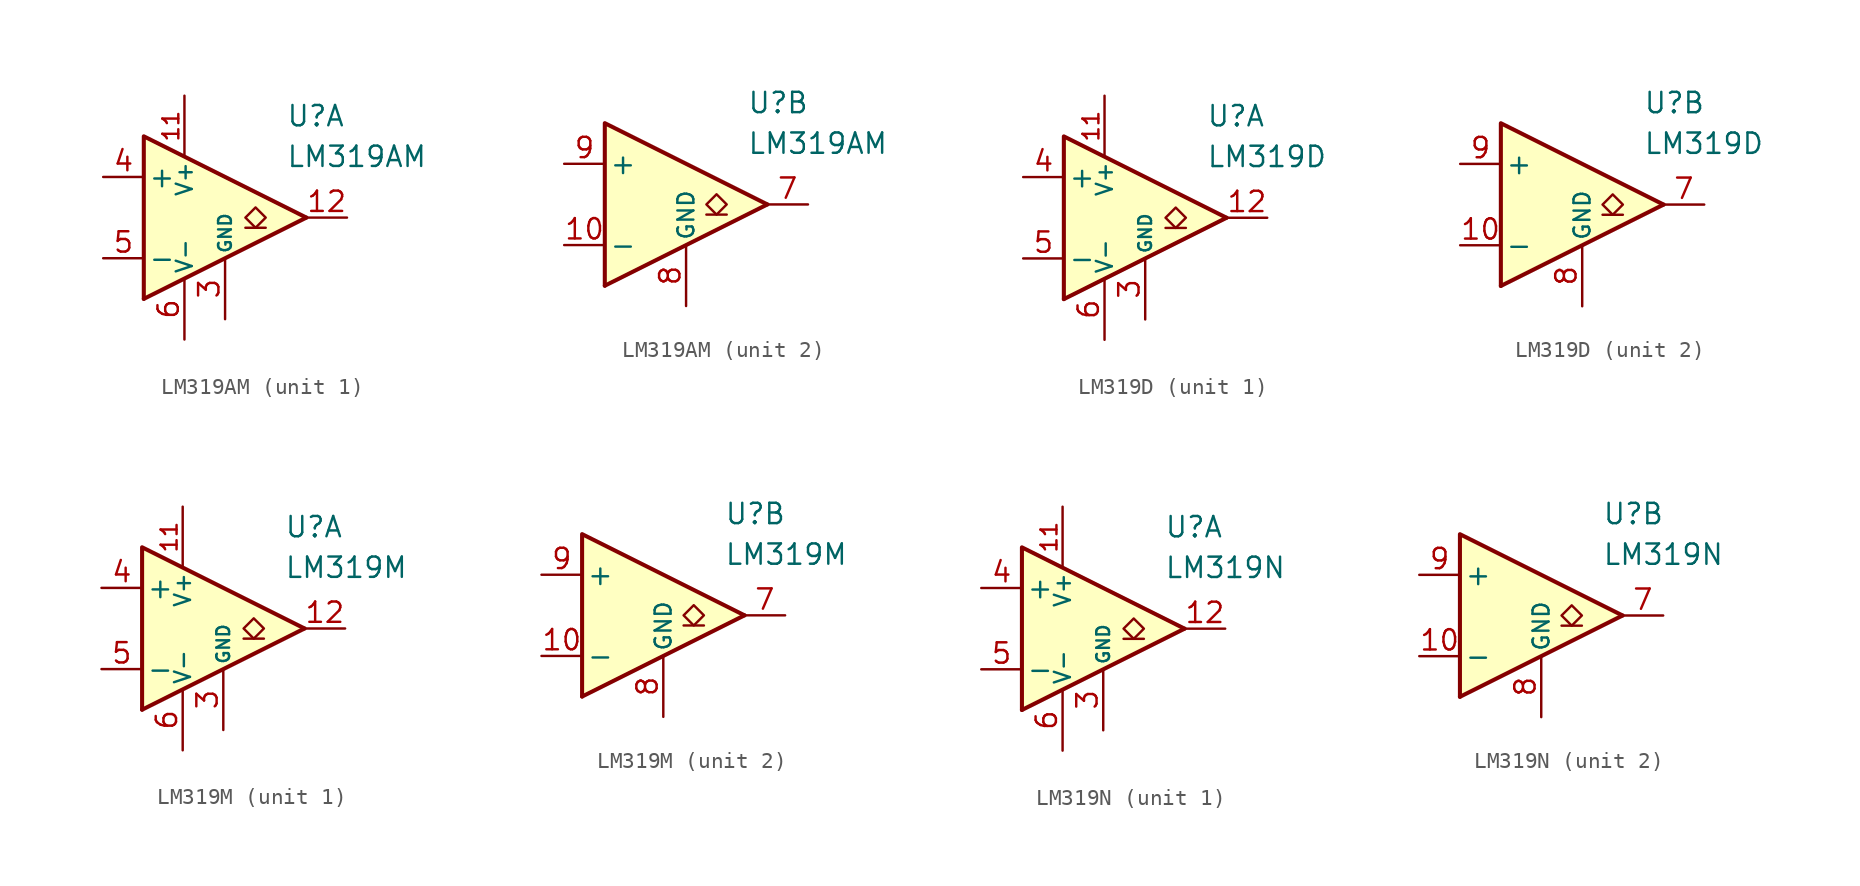
<source format=kicad_sym>
(kicad_symbol_lib
  (version 20211014)
  (generator kicad_symbol_editor)
  (symbol "LM319AM"
    (pin_names
      (offset 0.254))
    (property "Reference" "U"
      (at 6.35 6.35 0)
      (effects (font (size 1.27 1.27)) (justify left)))
    (property "Value" "LM319AM"
      (at 6.35 3.81 0)
      (effects (font (size 1.27 1.27)) (justify left)))
    (property "ki_locked" ""
      (at 0 0 0)
      (effects (font (size 1.27 1.27))))
    (symbol "LM319AM_0_0"
      (polyline (pts (xy 7.62 0) (xy -2.54 -5.08)) (stroke (width 0.254) (type default) (color 0 0 0 0)) (fill (type none)))
      (polyline (pts (xy 7.62 0) (xy -2.54 5.08) (xy -2.54 -5.08)) (stroke (width 0.254) (type default) (color 0 0 0 0)) (fill (type background))))
    (symbol "LM319AM_1_1"
      (polyline (pts (xy 5.08 -0.635) (xy 3.81 -0.635)) (stroke (width 0.152) (type default) (color 0 0 0 0)) (fill (type none)))
      (polyline (pts (xy 4.445 -0.635) (xy 3.81 0) (xy 4.445 0.635) (xy 5.08 0) (xy 4.445 -0.635)) (stroke (width 0.152) (type default) (color 0 0 0 0)) (fill (type none)))
      (pin no_connect line (at 1.27 -2.54 90) (length 2.54) hide (name "NC" (effects (font (size 1.27 1.27)))) (number "1" (effects (font (size 1.27 1.27)))))
      (pin power_in line (at 0 7.62 270) (length 3.81) (name "V+" (effects (font (size 1 1)))) (number "11" (effects (font (size 1 1)))))
      (pin open_collector line (at 10.16 0 180) (length 2.54) (name "~" (effects (font (size 1.27 1.27)))) (number "12" (effects (font (size 1.27 1.27)))))
      (pin no_connect line (at 1.27 2.54 270) (length 2.54) hide (name "NC" (effects (font (size 1.27 1.27)))) (number "2" (effects (font (size 1.27 1.27)))))
      (pin power_in line (at 2.54 -6.35 90) (length 3.81) (name "GND" (effects (font (size 0.8 0.8)))) (number "3" (effects (font (size 1.27 1.27)))))
      (pin input line (at -5.08 2.54 0) (length 2.54) (name "+" (effects (font (size 1.27 1.27)))) (number "4" (effects (font (size 1.27 1.27)))))
      (pin input line (at -5.08 -2.54 0) (length 2.54) (name "-" (effects (font (size 1.27 1.27)))) (number "5" (effects (font (size 1.27 1.27)))))
      (pin power_in line (at 0 -7.62 90) (length 3.81) (name "V-" (effects (font (size 1 1)))) (number "6" (effects (font (size 1.27 1.27))))))
    (symbol "LM319AM_2_1"
      (polyline (pts (xy 5.08 -0.635) (xy 3.81 -0.635)) (stroke (width 0.152) (type default) (color 0 0 0 0)) (fill (type none)))
      (polyline (pts (xy 4.445 -0.635) (xy 3.81 0) (xy 4.445 0.635) (xy 5.08 0) (xy 4.445 -0.635)) (stroke (width 0.152) (type default) (color 0 0 0 0)) (fill (type none)))
      (pin input line (at -5.08 -2.54 0) (length 2.54) (name "-" (effects (font (size 1.27 1.27)))) (number "10" (effects (font (size 1.27 1.27)))))
      (pin no_connect line (at 0 -2.54 90) (length 2.54) hide (name "NC" (effects (font (size 1.27 1.27)))) (number "13" (effects (font (size 1.27 1.27)))))
      (pin no_connect line (at 0 2.54 270) (length 2.54) hide (name "NC" (effects (font (size 1.27 1.27)))) (number "14" (effects (font (size 1.27 1.27)))))
      (pin open_collector line (at 10.16 0 180) (length 2.54) (name "~" (effects (font (size 1.27 1.27)))) (number "7" (effects (font (size 1.27 1.27)))))
      (pin power_in line (at 2.54 -6.35 90) (length 3.81) (name "GND" (effects (font (size 1 1)))) (number "8" (effects (font (size 1.27 1.27)))))
      (pin input line (at -5.08 2.54 0) (length 2.54) (name "+" (effects (font (size 1.27 1.27)))) (number "9" (effects (font (size 1.27 1.27)))))))
  (symbol "LM319D"
    (pin_names
      (offset 0.254))
    (property "Reference" "U"
      (at 6.35 6.35 0)
      (effects (font (size 1.27 1.27)) (justify left)))
    (property "Value" "LM319D"
      (at 6.35 3.81 0)
      (effects (font (size 1.27 1.27)) (justify left)))
    (property "ki_locked" ""
      (at 0 0 0)
      (effects (font (size 1.27 1.27))))
    (symbol "LM319D_0_0"
      (polyline (pts (xy 7.62 0) (xy -2.54 -5.08)) (stroke (width 0.254) (type default) (color 0 0 0 0)) (fill (type none)))
      (polyline (pts (xy 7.62 0) (xy -2.54 5.08) (xy -2.54 -5.08)) (stroke (width 0.254) (type default) (color 0 0 0 0)) (fill (type background))))
    (symbol "LM319D_1_1"
      (polyline (pts (xy 5.08 -0.635) (xy 3.81 -0.635)) (stroke (width 0.152) (type default) (color 0 0 0 0)) (fill (type none)))
      (polyline (pts (xy 4.445 -0.635) (xy 3.81 0) (xy 4.445 0.635) (xy 5.08 0) (xy 4.445 -0.635)) (stroke (width 0.152) (type default) (color 0 0 0 0)) (fill (type none)))
      (pin open_emitter line (at 1.27 2.54 270) (length 2.54) hide (name "NC" (effects (font (size 1.27 1.27)))) (number "1" (effects (font (size 1.27 1.27)))))
      (pin power_in line (at 0 7.62 270) (length 3.81) (name "V+" (effects (font (size 1 1)))) (number "11" (effects (font (size 1 1)))))
      (pin open_collector line (at 10.16 0 180) (length 2.54) (name "~" (effects (font (size 1.27 1.27)))) (number "12" (effects (font (size 1.27 1.27)))))
      (pin no_connect line (at 1.27 -2.54 90) (length 2.54) hide (name "NC" (effects (font (size 1.27 1.27)))) (number "2" (effects (font (size 1.27 1.27)))))
      (pin power_in line (at 2.54 -6.35 90) (length 3.81) (name "GND" (effects (font (size 0.8 0.8)))) (number "3" (effects (font (size 1.27 1.27)))))
      (pin input line (at -5.08 2.54 0) (length 2.54) (name "+" (effects (font (size 1.27 1.27)))) (number "4" (effects (font (size 1.27 1.27)))))
      (pin input line (at -5.08 -2.54 0) (length 2.54) (name "-" (effects (font (size 1.27 1.27)))) (number "5" (effects (font (size 1.27 1.27)))))
      (pin power_in line (at 0 -7.62 90) (length 3.81) (name "V-" (effects (font (size 1 1)))) (number "6" (effects (font (size 1.27 1.27))))))
    (symbol "LM319D_2_1"
      (polyline (pts (xy 5.08 -0.635) (xy 3.81 -0.635)) (stroke (width 0.152) (type default) (color 0 0 0 0)) (fill (type none)))
      (polyline (pts (xy 4.445 -0.635) (xy 3.81 0) (xy 4.445 0.635) (xy 5.08 0) (xy 4.445 -0.635)) (stroke (width 0.152) (type default) (color 0 0 0 0)) (fill (type none)))
      (pin input line (at -5.08 -2.54 0) (length 2.54) (name "-" (effects (font (size 1.27 1.27)))) (number "10" (effects (font (size 1.27 1.27)))))
      (pin no_connect line (at 1.27 -2.54 90) (length 2.54) hide (name "NC" (effects (font (size 1.27 1.27)))) (number "13" (effects (font (size 1.27 1.27)))))
      (pin no_connect line (at 1.27 2.54 270) (length 2.54) hide (name "NC" (effects (font (size 1.27 1.27)))) (number "14" (effects (font (size 1.27 1.27)))))
      (pin open_collector line (at 10.16 0 180) (length 2.54) (name "~" (effects (font (size 1.27 1.27)))) (number "7" (effects (font (size 1.27 1.27)))))
      (pin power_in line (at 2.54 -6.35 90) (length 3.81) (name "GND" (effects (font (size 1 1)))) (number "8" (effects (font (size 1.27 1.27)))))
      (pin input line (at -5.08 2.54 0) (length 2.54) (name "+" (effects (font (size 1.27 1.27)))) (number "9" (effects (font (size 1.27 1.27)))))))
  (symbol "LM319M"
    (pin_names
      (offset 0.254))
    (property "Reference" "U"
      (at 6.35 6.35 0)
      (effects (font (size 1.27 1.27)) (justify left)))
    (property "Value" "LM319M"
      (at 6.35 3.81 0)
      (effects (font (size 1.27 1.27)) (justify left)))
    (property "ki_locked" ""
      (at 0 0 0)
      (effects (font (size 1.27 1.27))))
    (symbol "LM319M_0_0"
      (polyline (pts (xy 7.62 0) (xy -2.54 -5.08)) (stroke (width 0.254) (type default) (color 0 0 0 0)) (fill (type none)))
      (polyline (pts (xy 7.62 0) (xy -2.54 5.08) (xy -2.54 -5.08)) (stroke (width 0.254) (type default) (color 0 0 0 0)) (fill (type background))))
    (symbol "LM319M_1_1"
      (polyline (pts (xy 5.08 -0.635) (xy 3.81 -0.635)) (stroke (width 0.152) (type default) (color 0 0 0 0)) (fill (type none)))
      (polyline (pts (xy 4.445 -0.635) (xy 3.81 0) (xy 4.445 0.635) (xy 5.08 0) (xy 4.445 -0.635)) (stroke (width 0.152) (type default) (color 0 0 0 0)) (fill (type none)))
      (pin no_connect line (at 1.27 -2.54 90) (length 2.54) hide (name "NC" (effects (font (size 1.27 1.27)))) (number "1" (effects (font (size 1.27 1.27)))))
      (pin power_in line (at 0 7.62 270) (length 3.81) (name "V+" (effects (font (size 1 1)))) (number "11" (effects (font (size 1 1)))))
      (pin open_collector line (at 10.16 0 180) (length 2.54) (name "~" (effects (font (size 1.27 1.27)))) (number "12" (effects (font (size 1.27 1.27)))))
      (pin no_connect line (at 1.27 2.54 270) (length 2.54) hide (name "NC" (effects (font (size 1.27 1.27)))) (number "2" (effects (font (size 1.27 1.27)))))
      (pin power_in line (at 2.54 -6.35 90) (length 3.81) (name "GND" (effects (font (size 0.8 0.8)))) (number "3" (effects (font (size 1.27 1.27)))))
      (pin input line (at -5.08 2.54 0) (length 2.54) (name "+" (effects (font (size 1.27 1.27)))) (number "4" (effects (font (size 1.27 1.27)))))
      (pin input line (at -5.08 -2.54 0) (length 2.54) (name "-" (effects (font (size 1.27 1.27)))) (number "5" (effects (font (size 1.27 1.27)))))
      (pin power_in line (at 0 -7.62 90) (length 3.81) (name "V-" (effects (font (size 1 1)))) (number "6" (effects (font (size 1.27 1.27))))))
    (symbol "LM319M_2_1"
      (polyline (pts (xy 5.08 -0.635) (xy 3.81 -0.635)) (stroke (width 0.152) (type default) (color 0 0 0 0)) (fill (type none)))
      (polyline (pts (xy 4.445 -0.635) (xy 3.81 0) (xy 4.445 0.635) (xy 5.08 0) (xy 4.445 -0.635)) (stroke (width 0.152) (type default) (color 0 0 0 0)) (fill (type none)))
      (pin input line (at -5.08 -2.54 0) (length 2.54) (name "-" (effects (font (size 1.27 1.27)))) (number "10" (effects (font (size 1.27 1.27)))))
      (pin no_connect line (at 1.27 -2.54 90) (length 2.54) hide (name "NC" (effects (font (size 1.27 1.27)))) (number "13" (effects (font (size 1.27 1.27)))))
      (pin no_connect line (at 1.27 2.54 270) (length 2.54) hide (name "NC" (effects (font (size 1.27 1.27)))) (number "14" (effects (font (size 1.27 1.27)))))
      (pin open_collector line (at 10.16 0 180) (length 2.54) (name "~" (effects (font (size 1.27 1.27)))) (number "7" (effects (font (size 1.27 1.27)))))
      (pin power_in line (at 2.54 -6.35 90) (length 3.81) (name "GND" (effects (font (size 1 1)))) (number "8" (effects (font (size 1.27 1.27)))))
      (pin input line (at -5.08 2.54 0) (length 2.54) (name "+" (effects (font (size 1.27 1.27)))) (number "9" (effects (font (size 1.27 1.27)))))))
  (symbol "LM319N"
    (pin_names
      (offset 0.254))
    (property "Reference" "U"
      (at 6.35 6.35 0)
      (effects (font (size 1.27 1.27)) (justify left)))
    (property "Value" "LM319N"
      (at 6.35 3.81 0)
      (effects (font (size 1.27 1.27)) (justify left)))
    (property "ki_locked" ""
      (at 0 0 0)
      (effects (font (size 1.27 1.27))))
    (symbol "LM319N_0_0"
      (polyline (pts (xy 7.62 0) (xy -2.54 -5.08)) (stroke (width 0.254) (type default) (color 0 0 0 0)) (fill (type none)))
      (polyline (pts (xy 7.62 0) (xy -2.54 5.08) (xy -2.54 -5.08)) (stroke (width 0.254) (type default) (color 0 0 0 0)) (fill (type background))))
    (symbol "LM319N_1_1"
      (polyline (pts (xy 5.08 -0.635) (xy 3.81 -0.635)) (stroke (width 0.152) (type default) (color 0 0 0 0)) (fill (type none)))
      (polyline (pts (xy 4.445 -0.635) (xy 3.81 0) (xy 4.445 0.635) (xy 5.08 0) (xy 4.445 -0.635)) (stroke (width 0.152) (type default) (color 0 0 0 0)) (fill (type none)))
      (pin no_connect line (at 1.27 -2.54 90) (length 2.54) hide (name "NC" (effects (font (size 1.27 1.27)))) (number "1" (effects (font (size 1.27 1.27)))))
      (pin power_in line (at 0 7.62 270) (length 3.81) (name "V+" (effects (font (size 1 1)))) (number "11" (effects (font (size 1 1)))))
      (pin open_collector line (at 10.16 0 180) (length 2.54) (name "~" (effects (font (size 1.27 1.27)))) (number "12" (effects (font (size 1.27 1.27)))))
      (pin no_connect line (at 1.27 2.54 270) (length 2.54) hide (name "NC" (effects (font (size 1.27 1.27)))) (number "2" (effects (font (size 1.27 1.27)))))
      (pin power_in line (at 2.54 -6.35 90) (length 3.81) (name "GND" (effects (font (size 0.8 0.8)))) (number "3" (effects (font (size 1.27 1.27)))))
      (pin input line (at -5.08 2.54 0) (length 2.54) (name "+" (effects (font (size 1.27 1.27)))) (number "4" (effects (font (size 1.27 1.27)))))
      (pin input line (at -5.08 -2.54 0) (length 2.54) (name "-" (effects (font (size 1.27 1.27)))) (number "5" (effects (font (size 1.27 1.27)))))
      (pin power_in line (at 0 -7.62 90) (length 3.81) (name "V-" (effects (font (size 1 1)))) (number "6" (effects (font (size 1.27 1.27))))))
    (symbol "LM319N_2_1"
      (polyline (pts (xy 5.08 -0.635) (xy 3.81 -0.635)) (stroke (width 0.152) (type default) (color 0 0 0 0)) (fill (type none)))
      (polyline (pts (xy 4.445 -0.635) (xy 3.81 0) (xy 4.445 0.635) (xy 5.08 0) (xy 4.445 -0.635)) (stroke (width 0.152) (type default) (color 0 0 0 0)) (fill (type none)))
      (pin input line (at -5.08 -2.54 0) (length 2.54) (name "-" (effects (font (size 1.27 1.27)))) (number "10" (effects (font (size 1.27 1.27)))))
      (pin no_connect line (at 0 -2.54 90) (length 2.54) hide (name "NC" (effects (font (size 1.27 1.27)))) (number "13" (effects (font (size 1.27 1.27)))))
      (pin no_connect line (at 0 2.54 270) (length 2.54) hide (name "NC" (effects (font (size 1.27 1.27)))) (number "14" (effects (font (size 1.27 1.27)))))
      (pin open_collector line (at 10.16 0 180) (length 2.54) (name "~" (effects (font (size 1.27 1.27)))) (number "7" (effects (font (size 1.27 1.27)))))
      (pin power_in line (at 2.54 -6.35 90) (length 3.81) (name "GND" (effects (font (size 1 1)))) (number "8" (effects (font (size 1.27 1.27)))))
      (pin input line (at -5.08 2.54 0) (length 2.54) (name "+" (effects (font (size 1.27 1.27)))) (number "9" (effects (font (size 1.27 1.27))))))))
</source>
